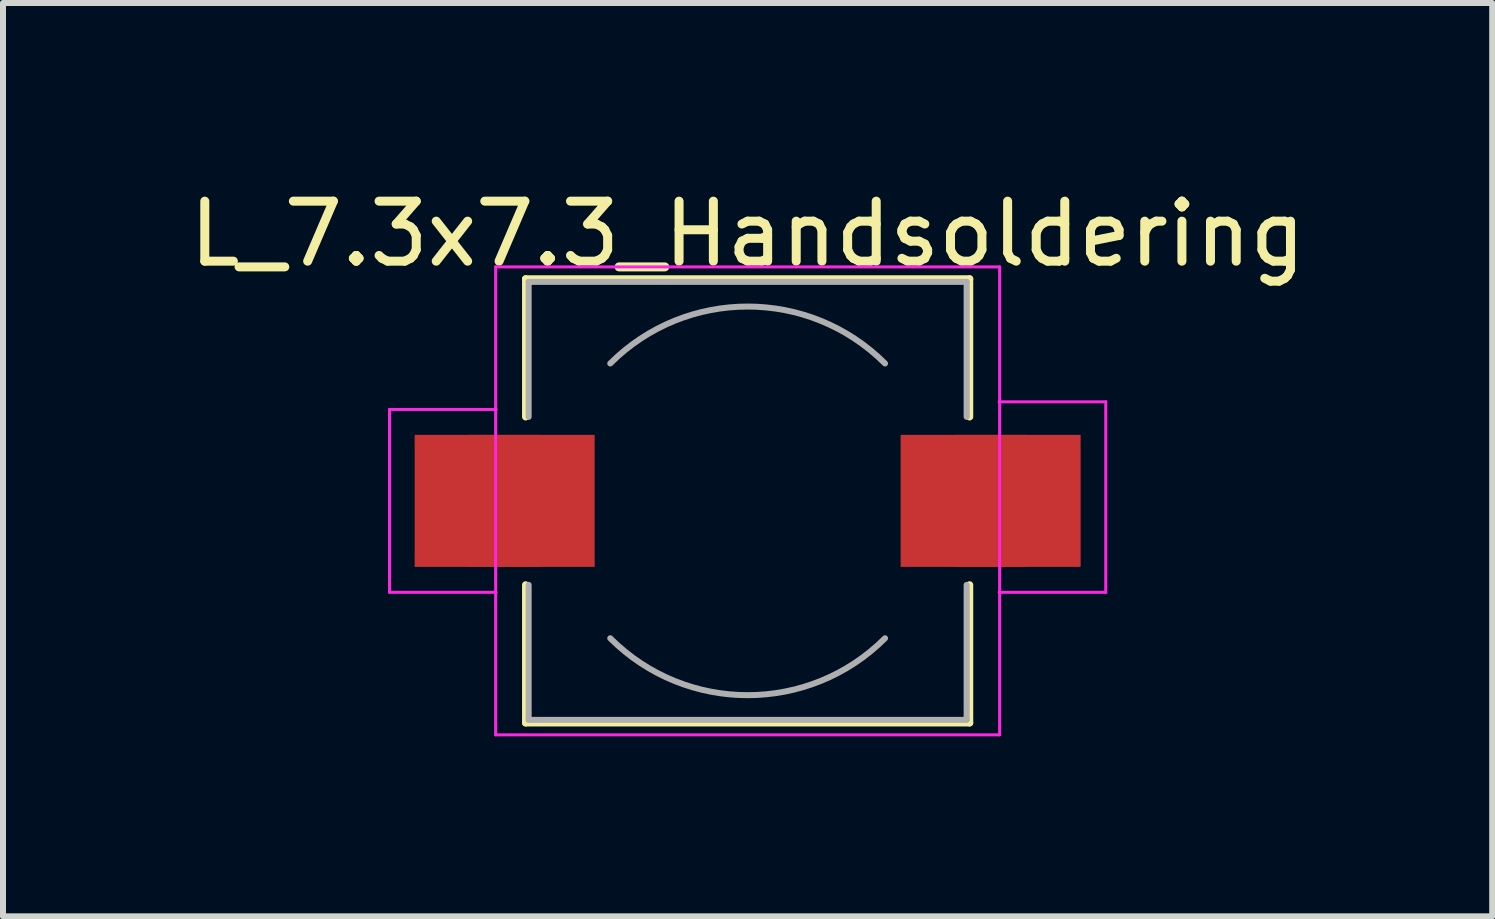
<source format=kicad_pcb>
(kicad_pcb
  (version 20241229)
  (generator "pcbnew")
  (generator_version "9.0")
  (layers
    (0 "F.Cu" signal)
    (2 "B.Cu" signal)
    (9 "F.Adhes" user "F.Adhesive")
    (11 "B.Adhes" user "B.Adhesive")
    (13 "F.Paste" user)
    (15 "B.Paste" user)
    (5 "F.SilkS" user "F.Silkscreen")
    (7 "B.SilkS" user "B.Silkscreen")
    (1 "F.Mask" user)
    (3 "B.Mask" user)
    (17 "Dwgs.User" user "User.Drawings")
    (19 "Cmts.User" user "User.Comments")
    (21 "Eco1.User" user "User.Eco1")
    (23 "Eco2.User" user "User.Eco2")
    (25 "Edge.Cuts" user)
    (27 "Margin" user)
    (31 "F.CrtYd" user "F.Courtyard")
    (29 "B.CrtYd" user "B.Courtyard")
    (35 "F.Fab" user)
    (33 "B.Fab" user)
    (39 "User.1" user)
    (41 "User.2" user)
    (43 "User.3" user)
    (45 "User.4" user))
  (footprint "L_7.3x7.3_Handsoldering"
    (layer "F.Cu")
    (at 9.411 5.298)
    (property "Reference" "L_7.3x7.3_Handsoldering" (at 0 -4.45 0) (layer "F.SilkS") (effects (font (size 1 1) (thickness 0.15))))
    (attr smd)
    (fp_line (start -3.7 -3.7) (end 3.7 -3.7) (stroke (width 0.12) (type solid)) (layer "F.SilkS"))
    (fp_line (start -3.7 -1.4) (end -3.7 -3.7) (stroke (width 0.12) (type solid)) (layer "F.SilkS"))
    (fp_line (start -3.7 3.7) (end -3.7 1.4) (stroke (width 0.12) (type solid)) (layer "F.SilkS"))
    (fp_line (start 3.7 -3.7) (end 3.7 -1.4) (stroke (width 0.12) (type solid)) (layer "F.SilkS"))
    (fp_line (start 3.7 1.4) (end 3.7 3.7) (stroke (width 0.12) (type solid)) (layer "F.SilkS"))
    (fp_line (start 3.7 3.7) (end -3.7 3.7) (stroke (width 0.12) (type solid)) (layer "F.SilkS"))
    (fp_line (start -5.969 -1.524) (end -5.969 1.524) (stroke (width 0.05) (type solid)) (layer "F.CrtYd"))
    (fp_line (start -5.969 1.524) (end -4.191 1.524) (stroke (width 0.05) (type solid)) (layer "F.CrtYd"))
    (fp_line (start -4.2 -3.9) (end -4.2 3.9) (stroke (width 0.05) (type solid)) (layer "F.CrtYd"))
    (fp_line (start -4.2 3.9) (end 4.2 3.9) (stroke (width 0.05) (type solid)) (layer "F.CrtYd"))
    (fp_line (start -4.191 -1.524) (end -5.969 -1.524) (stroke (width 0.05) (type solid)) (layer "F.CrtYd"))
    (fp_line (start 4.191 -1.651) (end 5.969 -1.651) (stroke (width 0.05) (type solid)) (layer "F.CrtYd"))
    (fp_line (start 4.2 -3.9) (end -4.2 -3.9) (stroke (width 0.05) (type solid)) (layer "F.CrtYd"))
    (fp_line (start 4.2 3.9) (end 4.2 -3.9) (stroke (width 0.05) (type solid)) (layer "F.CrtYd"))
    (fp_line (start 5.969 -1.651) (end 5.969 1.524) (stroke (width 0.05) (type solid)) (layer "F.CrtYd"))
    (fp_line (start 5.969 1.524) (end 4.191 1.524) (stroke (width 0.05) (type solid)) (layer "F.CrtYd"))
    (fp_line (start -3.65 -3.65) (end -3.65 -1.4) (stroke (width 0.1) (type solid)) (layer "F.Fab"))
    (fp_line (start -3.65 -3.65) (end 3.65 -3.65) (stroke (width 0.1) (type solid)) (layer "F.Fab"))
    (fp_line (start -3.65 3.65) (end -3.65 1.4) (stroke (width 0.1) (type solid)) (layer "F.Fab"))
    (fp_line (start 3.65 -3.65) (end 3.65 -1.4) (stroke (width 0.1) (type solid)) (layer "F.Fab"))
    (fp_line (start 3.65 3.65) (end -3.65 3.65) (stroke (width 0.1) (type solid)) (layer "F.Fab"))
    (fp_line (start 3.65 3.65) (end 3.65 1.4) (stroke (width 0.1) (type solid)) (layer "F.Fab"))
    (fp_arc (start -2.29 -2.29) (mid 0 -3.238549) (end 2.29 -2.29) (stroke (width 0.1) (type solid)) (layer "F.Fab"))
    (fp_arc (start 2.29 2.29) (mid 0 3.238549) (end -2.29 2.29) (stroke (width 0.1) (type solid)) (layer "F.Fab"))
    (pad "1" smd rect (at -4.5 0) (size 2.1 2.2) (layers "F.Cu" "F.Mask" "F.Paste"))
    (pad "1" smd rect (at -3.6 0) (size 2.1 2.2) (layers "F.Cu" "F.Mask" "F.Paste"))
    (pad "2" smd rect (at 3.6 0) (size 2.1 2.2) (layers "F.Cu" "F.Mask" "F.Paste"))
    (pad "2" smd rect (at 4.5 0) (size 2.1 2.2) (layers "F.Cu" "F.Mask" "F.Paste")))
  (gr_rect
    (start -3 -3)
    (end 21.821 12.223)
    (stroke (width 0.1) (type default))
    (fill no)
    (layer "Edge.Cuts")))
</source>
